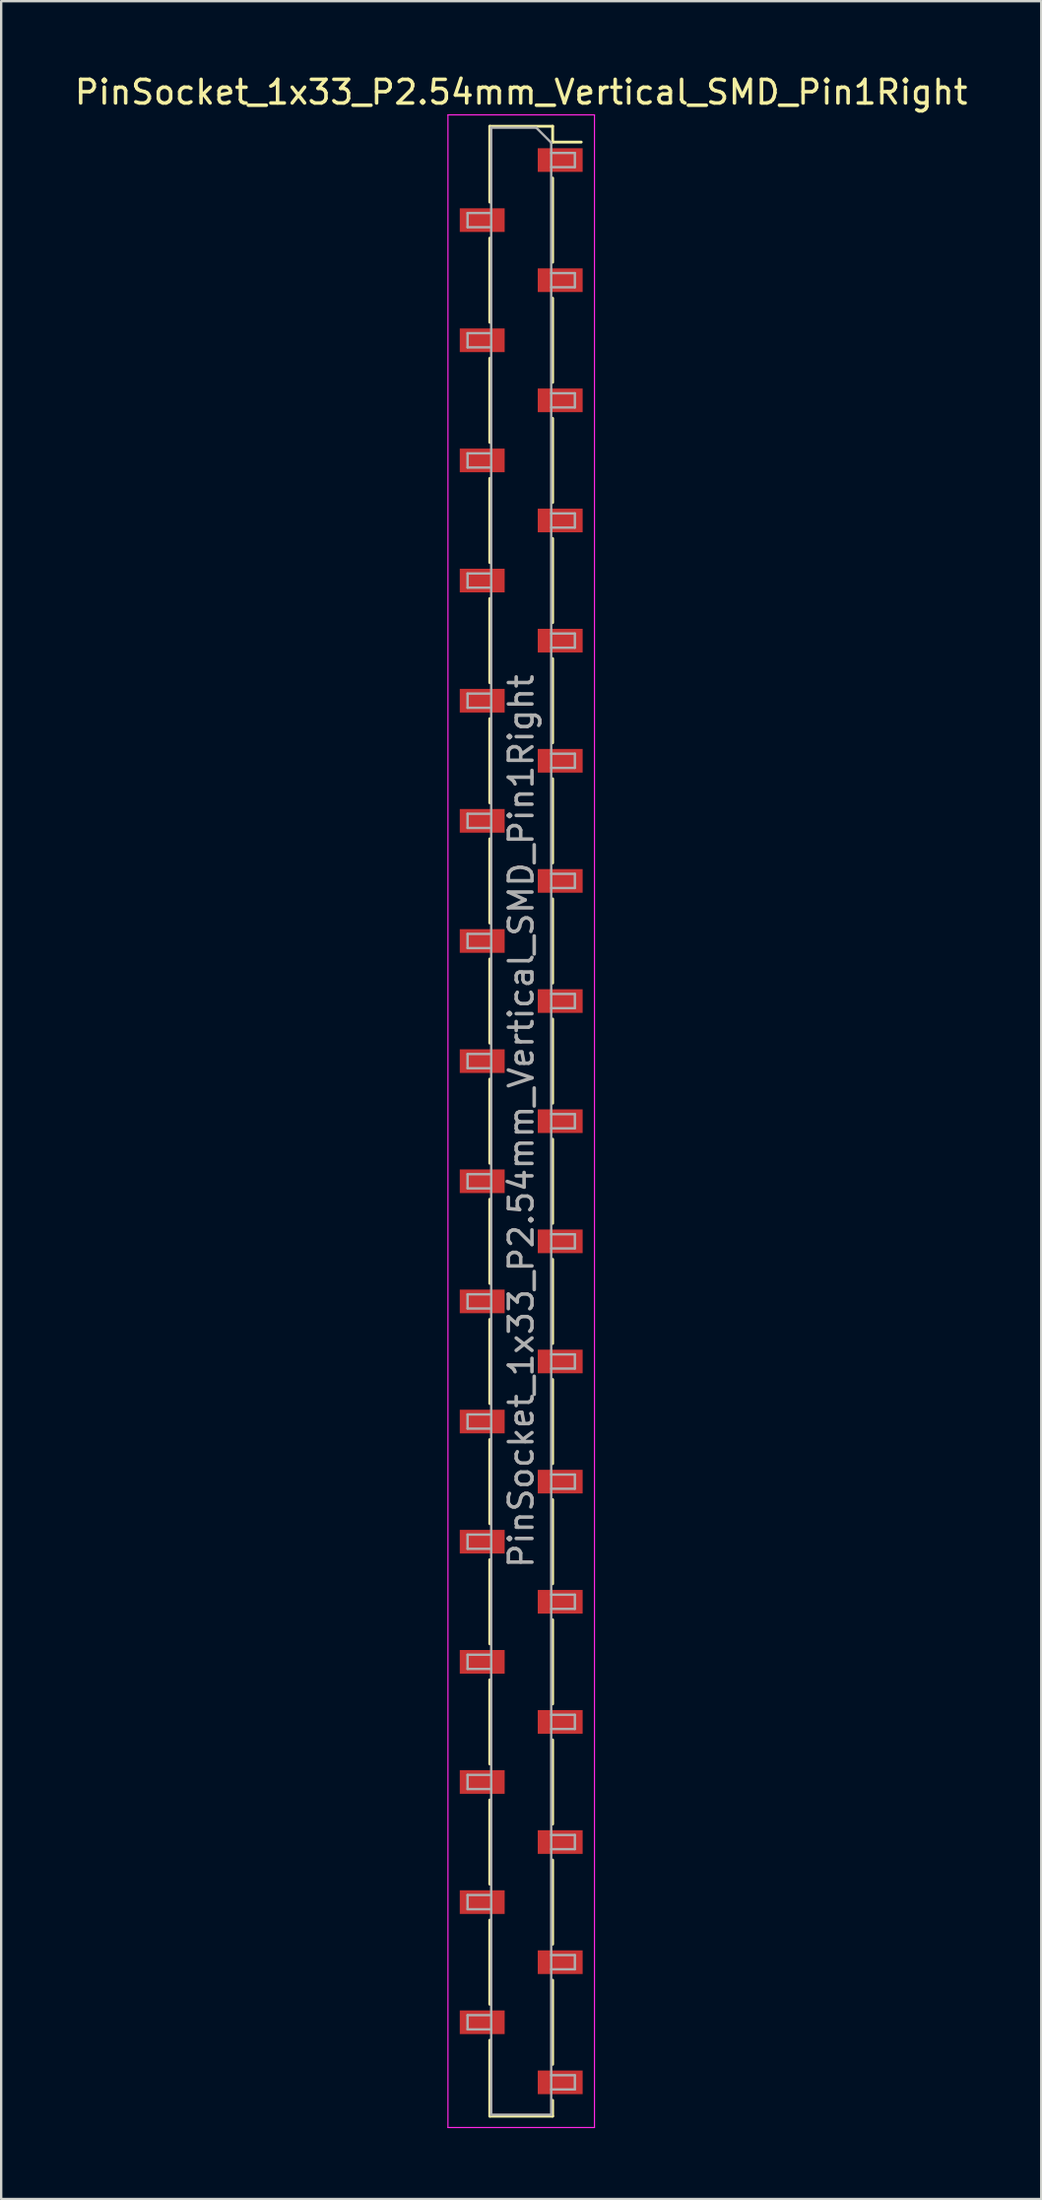
<source format=kicad_pcb>
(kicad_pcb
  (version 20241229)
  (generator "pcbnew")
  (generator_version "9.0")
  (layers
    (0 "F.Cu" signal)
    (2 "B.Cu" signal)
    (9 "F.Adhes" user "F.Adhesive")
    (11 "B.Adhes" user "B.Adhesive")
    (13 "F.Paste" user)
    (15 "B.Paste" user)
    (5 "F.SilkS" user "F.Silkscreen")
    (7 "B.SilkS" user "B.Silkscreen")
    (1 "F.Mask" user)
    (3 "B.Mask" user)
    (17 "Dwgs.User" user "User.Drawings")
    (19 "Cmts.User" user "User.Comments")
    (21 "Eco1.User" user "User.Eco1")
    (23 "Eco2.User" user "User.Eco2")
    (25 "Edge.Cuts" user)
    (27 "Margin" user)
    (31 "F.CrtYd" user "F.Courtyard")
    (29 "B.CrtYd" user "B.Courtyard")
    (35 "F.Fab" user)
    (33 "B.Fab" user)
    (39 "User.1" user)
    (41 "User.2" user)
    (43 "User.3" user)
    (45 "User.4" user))
  (footprint "PinSocket_1x33_P2.54mm_Vertical_SMD_Pin1Right"
    (layer "F.Cu")
    (at 19.006 44.358)
    (property "Reference" "PinSocket_1x33_P2.54mm_Vertical_SMD_Pin1Right" (at 0 -43.51 0) (layer "F.SilkS") (effects (font (size 1 1) (thickness 0.15))))
    (attr smd)
    (fp_line (start -1.33 -42.07) (end -1.33 -38.86) (stroke (width 0.12) (type solid)) (layer "F.SilkS"))
    (fp_line (start -1.33 -42.07) (end 1.33 -42.07) (stroke (width 0.12) (type solid)) (layer "F.SilkS"))
    (fp_line (start -1.33 -37.34) (end -1.33 -33.78) (stroke (width 0.12) (type solid)) (layer "F.SilkS"))
    (fp_line (start -1.33 -32.26) (end -1.33 -28.7) (stroke (width 0.12) (type solid)) (layer "F.SilkS"))
    (fp_line (start -1.33 -27.18) (end -1.33 -23.62) (stroke (width 0.12) (type solid)) (layer "F.SilkS"))
    (fp_line (start -1.33 -22.1) (end -1.33 -18.54) (stroke (width 0.12) (type solid)) (layer "F.SilkS"))
    (fp_line (start -1.33 -17.02) (end -1.33 -13.46) (stroke (width 0.12) (type solid)) (layer "F.SilkS"))
    (fp_line (start -1.33 -11.94) (end -1.33 -8.38) (stroke (width 0.12) (type solid)) (layer "F.SilkS"))
    (fp_line (start -1.33 -6.86) (end -1.33 -3.3) (stroke (width 0.12) (type solid)) (layer "F.SilkS"))
    (fp_line (start -1.33 -1.78) (end -1.33 1.78) (stroke (width 0.12) (type solid)) (layer "F.SilkS"))
    (fp_line (start -1.33 3.3) (end -1.33 6.86) (stroke (width 0.12) (type solid)) (layer "F.SilkS"))
    (fp_line (start -1.33 8.38) (end -1.33 11.94) (stroke (width 0.12) (type solid)) (layer "F.SilkS"))
    (fp_line (start -1.33 13.46) (end -1.33 17.02) (stroke (width 0.12) (type solid)) (layer "F.SilkS"))
    (fp_line (start -1.33 18.54) (end -1.33 22.1) (stroke (width 0.12) (type solid)) (layer "F.SilkS"))
    (fp_line (start -1.33 23.62) (end -1.33 27.18) (stroke (width 0.12) (type solid)) (layer "F.SilkS"))
    (fp_line (start -1.33 28.7) (end -1.33 32.26) (stroke (width 0.12) (type solid)) (layer "F.SilkS"))
    (fp_line (start -1.33 33.78) (end -1.33 37.34) (stroke (width 0.12) (type solid)) (layer "F.SilkS"))
    (fp_line (start -1.33 38.86) (end -1.33 42.07) (stroke (width 0.12) (type solid)) (layer "F.SilkS"))
    (fp_line (start -1.33 42.07) (end 1.33 42.07) (stroke (width 0.12) (type solid)) (layer "F.SilkS"))
    (fp_line (start 1.33 -42.07) (end 1.33 -41.4) (stroke (width 0.12) (type solid)) (layer "F.SilkS"))
    (fp_line (start 1.33 -41.4) (end 2.54 -41.4) (stroke (width 0.12) (type solid)) (layer "F.SilkS"))
    (fp_line (start 1.33 -39.88) (end 1.33 -36.32) (stroke (width 0.12) (type solid)) (layer "F.SilkS"))
    (fp_line (start 1.33 -34.8) (end 1.33 -31.24) (stroke (width 0.12) (type solid)) (layer "F.SilkS"))
    (fp_line (start 1.33 -29.72) (end 1.33 -26.16) (stroke (width 0.12) (type solid)) (layer "F.SilkS"))
    (fp_line (start 1.33 -24.64) (end 1.33 -21.08) (stroke (width 0.12) (type solid)) (layer "F.SilkS"))
    (fp_line (start 1.33 -19.56) (end 1.33 -16) (stroke (width 0.12) (type solid)) (layer "F.SilkS"))
    (fp_line (start 1.33 -14.48) (end 1.33 -10.92) (stroke (width 0.12) (type solid)) (layer "F.SilkS"))
    (fp_line (start 1.33 -9.4) (end 1.33 -5.84) (stroke (width 0.12) (type solid)) (layer "F.SilkS"))
    (fp_line (start 1.33 -4.32) (end 1.33 -0.76) (stroke (width 0.12) (type solid)) (layer "F.SilkS"))
    (fp_line (start 1.33 0.76) (end 1.33 4.32) (stroke (width 0.12) (type solid)) (layer "F.SilkS"))
    (fp_line (start 1.33 5.84) (end 1.33 9.4) (stroke (width 0.12) (type solid)) (layer "F.SilkS"))
    (fp_line (start 1.33 10.92) (end 1.33 14.48) (stroke (width 0.12) (type solid)) (layer "F.SilkS"))
    (fp_line (start 1.33 16) (end 1.33 19.56) (stroke (width 0.12) (type solid)) (layer "F.SilkS"))
    (fp_line (start 1.33 21.08) (end 1.33 24.64) (stroke (width 0.12) (type solid)) (layer "F.SilkS"))
    (fp_line (start 1.33 26.16) (end 1.33 29.72) (stroke (width 0.12) (type solid)) (layer "F.SilkS"))
    (fp_line (start 1.33 31.24) (end 1.33 34.8) (stroke (width 0.12) (type solid)) (layer "F.SilkS"))
    (fp_line (start 1.33 36.32) (end 1.33 39.88) (stroke (width 0.12) (type solid)) (layer "F.SilkS"))
    (fp_line (start 1.33 41.4) (end 1.33 42.07) (stroke (width 0.12) (type solid)) (layer "F.SilkS"))
    (fp_line (start -3.1 -42.55) (end 3.1 -42.55) (stroke (width 0.05) (type solid)) (layer "F.CrtYd"))
    (fp_line (start -3.1 42.55) (end -3.1 -42.55) (stroke (width 0.05) (type solid)) (layer "F.CrtYd"))
    (fp_line (start 3.1 -42.55) (end 3.1 42.55) (stroke (width 0.05) (type solid)) (layer "F.CrtYd"))
    (fp_line (start 3.1 42.55) (end -3.1 42.55) (stroke (width 0.05) (type solid)) (layer "F.CrtYd"))
    (fp_line (start -2.27 -38.4) (end -1.27 -38.4) (stroke (width 0.1) (type solid)) (layer "F.Fab"))
    (fp_line (start -2.27 -37.8) (end -2.27 -38.4) (stroke (width 0.1) (type solid)) (layer "F.Fab"))
    (fp_line (start -2.27 -33.32) (end -1.27 -33.32) (stroke (width 0.1) (type solid)) (layer "F.Fab"))
    (fp_line (start -2.27 -32.72) (end -2.27 -33.32) (stroke (width 0.1) (type solid)) (layer "F.Fab"))
    (fp_line (start -2.27 -28.24) (end -1.27 -28.24) (stroke (width 0.1) (type solid)) (layer "F.Fab"))
    (fp_line (start -2.27 -27.64) (end -2.27 -28.24) (stroke (width 0.1) (type solid)) (layer "F.Fab"))
    (fp_line (start -2.27 -23.16) (end -1.27 -23.16) (stroke (width 0.1) (type solid)) (layer "F.Fab"))
    (fp_line (start -2.27 -22.56) (end -2.27 -23.16) (stroke (width 0.1) (type solid)) (layer "F.Fab"))
    (fp_line (start -2.27 -18.08) (end -1.27 -18.08) (stroke (width 0.1) (type solid)) (layer "F.Fab"))
    (fp_line (start -2.27 -17.48) (end -2.27 -18.08) (stroke (width 0.1) (type solid)) (layer "F.Fab"))
    (fp_line (start -2.27 -13) (end -1.27 -13) (stroke (width 0.1) (type solid)) (layer "F.Fab"))
    (fp_line (start -2.27 -12.4) (end -2.27 -13) (stroke (width 0.1) (type solid)) (layer "F.Fab"))
    (fp_line (start -2.27 -7.92) (end -1.27 -7.92) (stroke (width 0.1) (type solid)) (layer "F.Fab"))
    (fp_line (start -2.27 -7.32) (end -2.27 -7.92) (stroke (width 0.1) (type solid)) (layer "F.Fab"))
    (fp_line (start -2.27 -2.84) (end -1.27 -2.84) (stroke (width 0.1) (type solid)) (layer "F.Fab"))
    (fp_line (start -2.27 -2.24) (end -2.27 -2.84) (stroke (width 0.1) (type solid)) (layer "F.Fab"))
    (fp_line (start -2.27 2.24) (end -1.27 2.24) (stroke (width 0.1) (type solid)) (layer "F.Fab"))
    (fp_line (start -2.27 2.84) (end -2.27 2.24) (stroke (width 0.1) (type solid)) (layer "F.Fab"))
    (fp_line (start -2.27 7.32) (end -1.27 7.32) (stroke (width 0.1) (type solid)) (layer "F.Fab"))
    (fp_line (start -2.27 7.92) (end -2.27 7.32) (stroke (width 0.1) (type solid)) (layer "F.Fab"))
    (fp_line (start -2.27 12.4) (end -1.27 12.4) (stroke (width 0.1) (type solid)) (layer "F.Fab"))
    (fp_line (start -2.27 13) (end -2.27 12.4) (stroke (width 0.1) (type solid)) (layer "F.Fab"))
    (fp_line (start -2.27 17.48) (end -1.27 17.48) (stroke (width 0.1) (type solid)) (layer "F.Fab"))
    (fp_line (start -2.27 18.08) (end -2.27 17.48) (stroke (width 0.1) (type solid)) (layer "F.Fab"))
    (fp_line (start -2.27 22.56) (end -1.27 22.56) (stroke (width 0.1) (type solid)) (layer "F.Fab"))
    (fp_line (start -2.27 23.16) (end -2.27 22.56) (stroke (width 0.1) (type solid)) (layer "F.Fab"))
    (fp_line (start -2.27 27.64) (end -1.27 27.64) (stroke (width 0.1) (type solid)) (layer "F.Fab"))
    (fp_line (start -2.27 28.24) (end -2.27 27.64) (stroke (width 0.1) (type solid)) (layer "F.Fab"))
    (fp_line (start -2.27 32.72) (end -1.27 32.72) (stroke (width 0.1) (type solid)) (layer "F.Fab"))
    (fp_line (start -2.27 33.32) (end -2.27 32.72) (stroke (width 0.1) (type solid)) (layer "F.Fab"))
    (fp_line (start -2.27 37.8) (end -1.27 37.8) (stroke (width 0.1) (type solid)) (layer "F.Fab"))
    (fp_line (start -2.27 38.4) (end -2.27 37.8) (stroke (width 0.1) (type solid)) (layer "F.Fab"))
    (fp_line (start -1.27 -42.01) (end 0.635 -42.01) (stroke (width 0.1) (type solid)) (layer "F.Fab"))
    (fp_line (start -1.27 -37.8) (end -2.27 -37.8) (stroke (width 0.1) (type solid)) (layer "F.Fab"))
    (fp_line (start -1.27 -32.72) (end -2.27 -32.72) (stroke (width 0.1) (type solid)) (layer "F.Fab"))
    (fp_line (start -1.27 -27.64) (end -2.27 -27.64) (stroke (width 0.1) (type solid)) (layer "F.Fab"))
    (fp_line (start -1.27 -22.56) (end -2.27 -22.56) (stroke (width 0.1) (type solid)) (layer "F.Fab"))
    (fp_line (start -1.27 -17.48) (end -2.27 -17.48) (stroke (width 0.1) (type solid)) (layer "F.Fab"))
    (fp_line (start -1.27 -12.4) (end -2.27 -12.4) (stroke (width 0.1) (type solid)) (layer "F.Fab"))
    (fp_line (start -1.27 -7.32) (end -2.27 -7.32) (stroke (width 0.1) (type solid)) (layer "F.Fab"))
    (fp_line (start -1.27 -2.24) (end -2.27 -2.24) (stroke (width 0.1) (type solid)) (layer "F.Fab"))
    (fp_line (start -1.27 2.84) (end -2.27 2.84) (stroke (width 0.1) (type solid)) (layer "F.Fab"))
    (fp_line (start -1.27 7.92) (end -2.27 7.92) (stroke (width 0.1) (type solid)) (layer "F.Fab"))
    (fp_line (start -1.27 13) (end -2.27 13) (stroke (width 0.1) (type solid)) (layer "F.Fab"))
    (fp_line (start -1.27 18.08) (end -2.27 18.08) (stroke (width 0.1) (type solid)) (layer "F.Fab"))
    (fp_line (start -1.27 23.16) (end -2.27 23.16) (stroke (width 0.1) (type solid)) (layer "F.Fab"))
    (fp_line (start -1.27 28.24) (end -2.27 28.24) (stroke (width 0.1) (type solid)) (layer "F.Fab"))
    (fp_line (start -1.27 33.32) (end -2.27 33.32) (stroke (width 0.1) (type solid)) (layer "F.Fab"))
    (fp_line (start -1.27 38.4) (end -2.27 38.4) (stroke (width 0.1) (type solid)) (layer "F.Fab"))
    (fp_line (start -1.27 42.01) (end -1.27 -42.01) (stroke (width 0.1) (type solid)) (layer "F.Fab"))
    (fp_line (start 0.635 -42.01) (end 1.27 -41.375) (stroke (width 0.1) (type solid)) (layer "F.Fab"))
    (fp_line (start 1.27 -41.375) (end 1.27 42.01) (stroke (width 0.1) (type solid)) (layer "F.Fab"))
    (fp_line (start 1.27 -40.94) (end 2.27 -40.94) (stroke (width 0.1) (type solid)) (layer "F.Fab"))
    (fp_line (start 1.27 -35.86) (end 2.27 -35.86) (stroke (width 0.1) (type solid)) (layer "F.Fab"))
    (fp_line (start 1.27 -30.78) (end 2.27 -30.78) (stroke (width 0.1) (type solid)) (layer "F.Fab"))
    (fp_line (start 1.27 -25.7) (end 2.27 -25.7) (stroke (width 0.1) (type solid)) (layer "F.Fab"))
    (fp_line (start 1.27 -20.62) (end 2.27 -20.62) (stroke (width 0.1) (type solid)) (layer "F.Fab"))
    (fp_line (start 1.27 -15.54) (end 2.27 -15.54) (stroke (width 0.1) (type solid)) (layer "F.Fab"))
    (fp_line (start 1.27 -10.46) (end 2.27 -10.46) (stroke (width 0.1) (type solid)) (layer "F.Fab"))
    (fp_line (start 1.27 -5.38) (end 2.27 -5.38) (stroke (width 0.1) (type solid)) (layer "F.Fab"))
    (fp_line (start 1.27 -0.3) (end 2.27 -0.3) (stroke (width 0.1) (type solid)) (layer "F.Fab"))
    (fp_line (start 1.27 4.78) (end 2.27 4.78) (stroke (width 0.1) (type solid)) (layer "F.Fab"))
    (fp_line (start 1.27 9.86) (end 2.27 9.86) (stroke (width 0.1) (type solid)) (layer "F.Fab"))
    (fp_line (start 1.27 14.94) (end 2.27 14.94) (stroke (width 0.1) (type solid)) (layer "F.Fab"))
    (fp_line (start 1.27 20.02) (end 2.27 20.02) (stroke (width 0.1) (type solid)) (layer "F.Fab"))
    (fp_line (start 1.27 25.1) (end 2.27 25.1) (stroke (width 0.1) (type solid)) (layer "F.Fab"))
    (fp_line (start 1.27 30.18) (end 2.27 30.18) (stroke (width 0.1) (type solid)) (layer "F.Fab"))
    (fp_line (start 1.27 35.26) (end 2.27 35.26) (stroke (width 0.1) (type solid)) (layer "F.Fab"))
    (fp_line (start 1.27 40.34) (end 2.27 40.34) (stroke (width 0.1) (type solid)) (layer "F.Fab"))
    (fp_line (start 1.27 42.01) (end -1.27 42.01) (stroke (width 0.1) (type solid)) (layer "F.Fab"))
    (fp_line (start 2.27 -40.94) (end 2.27 -40.34) (stroke (width 0.1) (type solid)) (layer "F.Fab"))
    (fp_line (start 2.27 -40.34) (end 1.27 -40.34) (stroke (width 0.1) (type solid)) (layer "F.Fab"))
    (fp_line (start 2.27 -35.86) (end 2.27 -35.26) (stroke (width 0.1) (type solid)) (layer "F.Fab"))
    (fp_line (start 2.27 -35.26) (end 1.27 -35.26) (stroke (width 0.1) (type solid)) (layer "F.Fab"))
    (fp_line (start 2.27 -30.78) (end 2.27 -30.18) (stroke (width 0.1) (type solid)) (layer "F.Fab"))
    (fp_line (start 2.27 -30.18) (end 1.27 -30.18) (stroke (width 0.1) (type solid)) (layer "F.Fab"))
    (fp_line (start 2.27 -25.7) (end 2.27 -25.1) (stroke (width 0.1) (type solid)) (layer "F.Fab"))
    (fp_line (start 2.27 -25.1) (end 1.27 -25.1) (stroke (width 0.1) (type solid)) (layer "F.Fab"))
    (fp_line (start 2.27 -20.62) (end 2.27 -20.02) (stroke (width 0.1) (type solid)) (layer "F.Fab"))
    (fp_line (start 2.27 -20.02) (end 1.27 -20.02) (stroke (width 0.1) (type solid)) (layer "F.Fab"))
    (fp_line (start 2.27 -15.54) (end 2.27 -14.94) (stroke (width 0.1) (type solid)) (layer "F.Fab"))
    (fp_line (start 2.27 -14.94) (end 1.27 -14.94) (stroke (width 0.1) (type solid)) (layer "F.Fab"))
    (fp_line (start 2.27 -10.46) (end 2.27 -9.86) (stroke (width 0.1) (type solid)) (layer "F.Fab"))
    (fp_line (start 2.27 -9.86) (end 1.27 -9.86) (stroke (width 0.1) (type solid)) (layer "F.Fab"))
    (fp_line (start 2.27 -5.38) (end 2.27 -4.78) (stroke (width 0.1) (type solid)) (layer "F.Fab"))
    (fp_line (start 2.27 -4.78) (end 1.27 -4.78) (stroke (width 0.1) (type solid)) (layer "F.Fab"))
    (fp_line (start 2.27 -0.3) (end 2.27 0.3) (stroke (width 0.1) (type solid)) (layer "F.Fab"))
    (fp_line (start 2.27 0.3) (end 1.27 0.3) (stroke (width 0.1) (type solid)) (layer "F.Fab"))
    (fp_line (start 2.27 4.78) (end 2.27 5.38) (stroke (width 0.1) (type solid)) (layer "F.Fab"))
    (fp_line (start 2.27 5.38) (end 1.27 5.38) (stroke (width 0.1) (type solid)) (layer "F.Fab"))
    (fp_line (start 2.27 9.86) (end 2.27 10.46) (stroke (width 0.1) (type solid)) (layer "F.Fab"))
    (fp_line (start 2.27 10.46) (end 1.27 10.46) (stroke (width 0.1) (type solid)) (layer "F.Fab"))
    (fp_line (start 2.27 14.94) (end 2.27 15.54) (stroke (width 0.1) (type solid)) (layer "F.Fab"))
    (fp_line (start 2.27 15.54) (end 1.27 15.54) (stroke (width 0.1) (type solid)) (layer "F.Fab"))
    (fp_line (start 2.27 20.02) (end 2.27 20.62) (stroke (width 0.1) (type solid)) (layer "F.Fab"))
    (fp_line (start 2.27 20.62) (end 1.27 20.62) (stroke (width 0.1) (type solid)) (layer "F.Fab"))
    (fp_line (start 2.27 25.1) (end 2.27 25.7) (stroke (width 0.1) (type solid)) (layer "F.Fab"))
    (fp_line (start 2.27 25.7) (end 1.27 25.7) (stroke (width 0.1) (type solid)) (layer "F.Fab"))
    (fp_line (start 2.27 30.18) (end 2.27 30.78) (stroke (width 0.1) (type solid)) (layer "F.Fab"))
    (fp_line (start 2.27 30.78) (end 1.27 30.78) (stroke (width 0.1) (type solid)) (layer "F.Fab"))
    (fp_line (start 2.27 35.26) (end 2.27 35.86) (stroke (width 0.1) (type solid)) (layer "F.Fab"))
    (fp_line (start 2.27 35.86) (end 1.27 35.86) (stroke (width 0.1) (type solid)) (layer "F.Fab"))
    (fp_line (start 2.27 40.34) (end 2.27 40.94) (stroke (width 0.1) (type solid)) (layer "F.Fab"))
    (fp_line (start 2.27 40.94) (end 1.27 40.94) (stroke (width 0.1) (type solid)) (layer "F.Fab"))
    (fp_text user "${REFERENCE}" (at 0 0 90) (layer "F.Fab") (effects (font (size 1 1) (thickness 0.15))))
    (pad "1" smd rect (at 1.65 -40.64) (size 1.9 1) (layers "F.Cu" "F.Mask" "F.Paste"))
    (pad "2" smd rect (at -1.65 -38.1) (size 1.9 1) (layers "F.Cu" "F.Mask" "F.Paste"))
    (pad "3" smd rect (at 1.65 -35.56) (size 1.9 1) (layers "F.Cu" "F.Mask" "F.Paste"))
    (pad "4" smd rect (at -1.65 -33.02) (size 1.9 1) (layers "F.Cu" "F.Mask" "F.Paste"))
    (pad "5" smd rect (at 1.65 -30.48) (size 1.9 1) (layers "F.Cu" "F.Mask" "F.Paste"))
    (pad "6" smd rect (at -1.65 -27.94) (size 1.9 1) (layers "F.Cu" "F.Mask" "F.Paste"))
    (pad "7" smd rect (at 1.65 -25.4) (size 1.9 1) (layers "F.Cu" "F.Mask" "F.Paste"))
    (pad "8" smd rect (at -1.65 -22.86) (size 1.9 1) (layers "F.Cu" "F.Mask" "F.Paste"))
    (pad "9" smd rect (at 1.65 -20.32) (size 1.9 1) (layers "F.Cu" "F.Mask" "F.Paste"))
    (pad "10" smd rect (at -1.65 -17.78) (size 1.9 1) (layers "F.Cu" "F.Mask" "F.Paste"))
    (pad "11" smd rect (at 1.65 -15.24) (size 1.9 1) (layers "F.Cu" "F.Mask" "F.Paste"))
    (pad "12" smd rect (at -1.65 -12.7) (size 1.9 1) (layers "F.Cu" "F.Mask" "F.Paste"))
    (pad "13" smd rect (at 1.65 -10.16) (size 1.9 1) (layers "F.Cu" "F.Mask" "F.Paste"))
    (pad "14" smd rect (at -1.65 -7.62) (size 1.9 1) (layers "F.Cu" "F.Mask" "F.Paste"))
    (pad "15" smd rect (at 1.65 -5.08) (size 1.9 1) (layers "F.Cu" "F.Mask" "F.Paste"))
    (pad "16" smd rect (at -1.65 -2.54) (size 1.9 1) (layers "F.Cu" "F.Mask" "F.Paste"))
    (pad "17" smd rect (at 1.65 0) (size 1.9 1) (layers "F.Cu" "F.Mask" "F.Paste"))
    (pad "18" smd rect (at -1.65 2.54) (size 1.9 1) (layers "F.Cu" "F.Mask" "F.Paste"))
    (pad "19" smd rect (at 1.65 5.08) (size 1.9 1) (layers "F.Cu" "F.Mask" "F.Paste"))
    (pad "20" smd rect (at -1.65 7.62) (size 1.9 1) (layers "F.Cu" "F.Mask" "F.Paste"))
    (pad "21" smd rect (at 1.65 10.16) (size 1.9 1) (layers "F.Cu" "F.Mask" "F.Paste"))
    (pad "22" smd rect (at -1.65 12.7) (size 1.9 1) (layers "F.Cu" "F.Mask" "F.Paste"))
    (pad "23" smd rect (at 1.65 15.24) (size 1.9 1) (layers "F.Cu" "F.Mask" "F.Paste"))
    (pad "24" smd rect (at -1.65 17.78) (size 1.9 1) (layers "F.Cu" "F.Mask" "F.Paste"))
    (pad "25" smd rect (at 1.65 20.32) (size 1.9 1) (layers "F.Cu" "F.Mask" "F.Paste"))
    (pad "26" smd rect (at -1.65 22.86) (size 1.9 1) (layers "F.Cu" "F.Mask" "F.Paste"))
    (pad "27" smd rect (at 1.65 25.4) (size 1.9 1) (layers "F.Cu" "F.Mask" "F.Paste"))
    (pad "28" smd rect (at -1.65 27.94) (size 1.9 1) (layers "F.Cu" "F.Mask" "F.Paste"))
    (pad "29" smd rect (at 1.65 30.48) (size 1.9 1) (layers "F.Cu" "F.Mask" "F.Paste"))
    (pad "30" smd rect (at -1.65 33.02) (size 1.9 1) (layers "F.Cu" "F.Mask" "F.Paste"))
    (pad "31" smd rect (at 1.65 35.56) (size 1.9 1) (layers "F.Cu" "F.Mask" "F.Paste"))
    (pad "32" smd rect (at -1.65 38.1) (size 1.9 1) (layers "F.Cu" "F.Mask" "F.Paste"))
    (pad "33" smd rect (at 1.65 40.64) (size 1.9 1) (layers "F.Cu" "F.Mask" "F.Paste")))
  (gr_rect
    (start -3 -3)
    (end 41.012 89.933)
    (stroke (width 0.1) (type default))
    (fill no)
    (layer "Edge.Cuts")))
</source>
